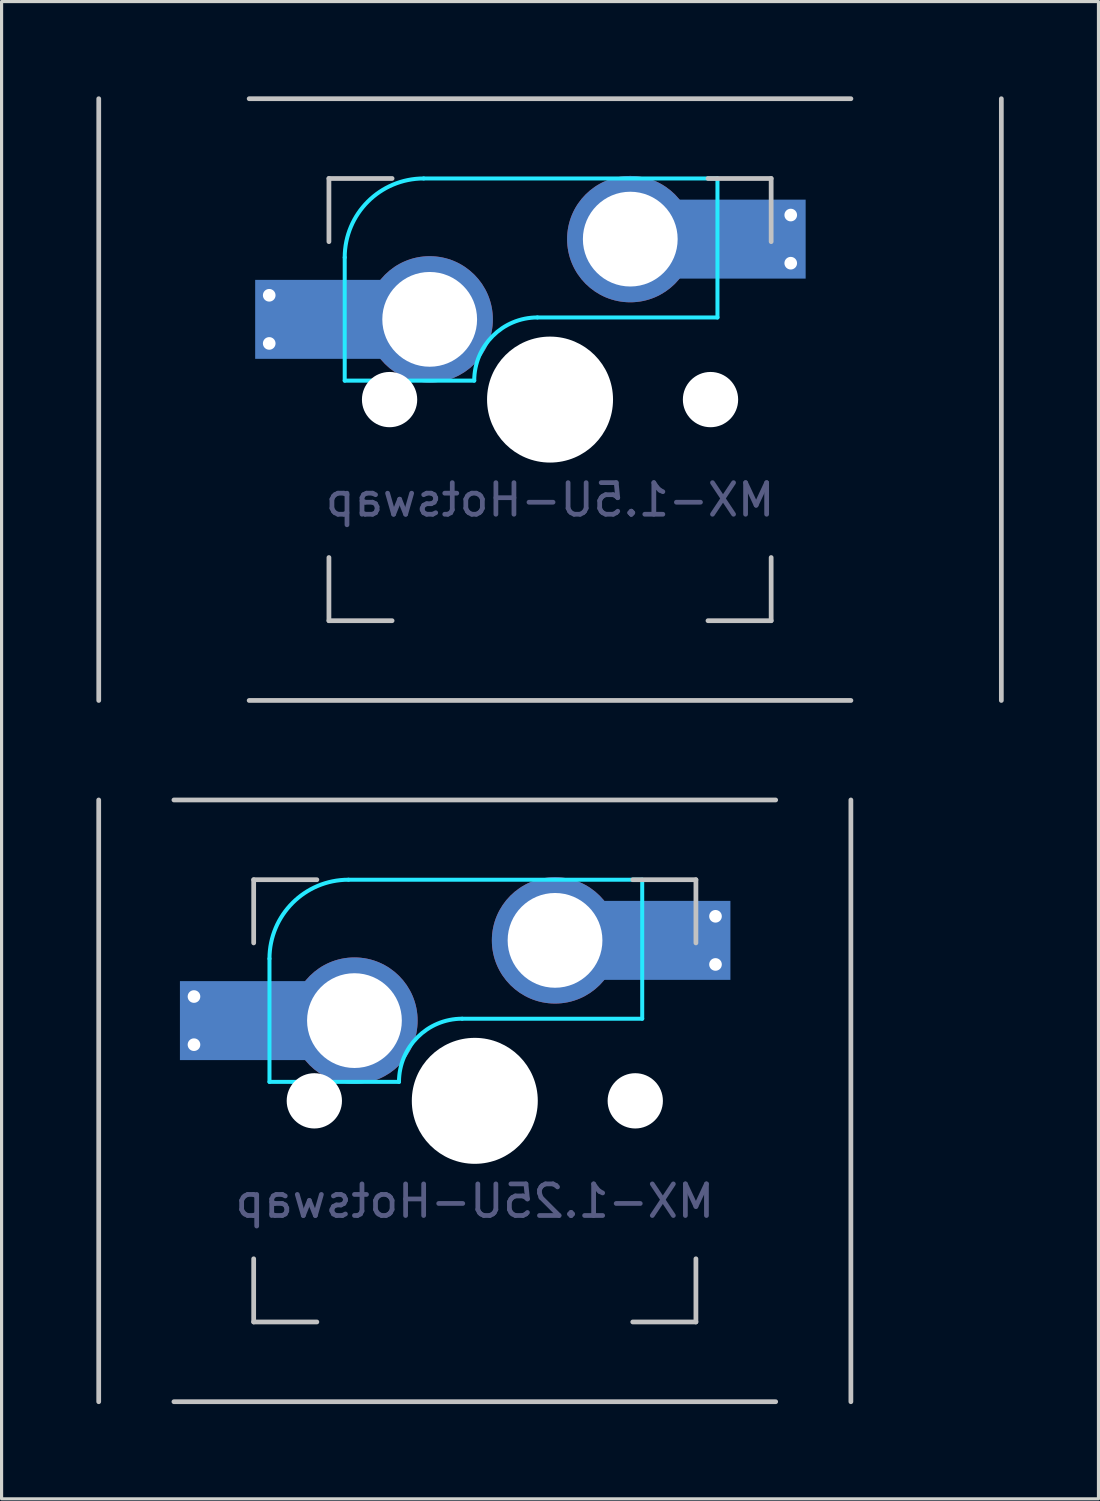
<source format=kicad_pcb>
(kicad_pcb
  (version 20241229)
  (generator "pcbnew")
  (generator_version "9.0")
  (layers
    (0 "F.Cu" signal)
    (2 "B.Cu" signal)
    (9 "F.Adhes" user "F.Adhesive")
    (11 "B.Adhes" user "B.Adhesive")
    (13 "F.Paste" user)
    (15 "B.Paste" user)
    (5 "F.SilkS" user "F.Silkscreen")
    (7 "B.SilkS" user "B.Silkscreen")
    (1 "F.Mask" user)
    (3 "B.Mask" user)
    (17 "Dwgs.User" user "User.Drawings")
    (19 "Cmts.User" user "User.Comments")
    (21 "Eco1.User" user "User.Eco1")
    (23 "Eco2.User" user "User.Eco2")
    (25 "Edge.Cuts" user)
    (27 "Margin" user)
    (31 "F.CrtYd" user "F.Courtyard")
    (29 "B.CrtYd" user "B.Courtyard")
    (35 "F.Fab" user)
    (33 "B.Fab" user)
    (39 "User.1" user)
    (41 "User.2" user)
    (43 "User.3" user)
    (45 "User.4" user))
  (footprint "MX-1.25U-Hotswap"
    (layer "F.Cu")
    (at 11.981 31.8)
    (property "Reference" "MX-1.25U-Hotswap" (at 0 3.175 0) (layer "B.Fab") (effects (font (size 1 1) (thickness 0.15)) (justify mirror)))
    (attr through_hole)
    (fp_line (start -11.906 9.525) (end -11.906 -9.525) (stroke (width 0.15) (type solid)) (layer "Dwgs.User"))
    (fp_line (start -9.525 -9.525) (end 9.525 -9.525) (stroke (width 0.15) (type solid)) (layer "Dwgs.User"))
    (fp_line (start -7 -7) (end -7 -5) (stroke (width 0.15) (type solid)) (layer "Dwgs.User"))
    (fp_line (start -7 5) (end -7 7) (stroke (width 0.15) (type solid)) (layer "Dwgs.User"))
    (fp_line (start -7 7) (end -5 7) (stroke (width 0.15) (type solid)) (layer "Dwgs.User"))
    (fp_line (start -5 -7) (end -7 -7) (stroke (width 0.15) (type solid)) (layer "Dwgs.User"))
    (fp_line (start 5 -7) (end 7 -7) (stroke (width 0.15) (type solid)) (layer "Dwgs.User"))
    (fp_line (start 5 7) (end 7 7) (stroke (width 0.15) (type solid)) (layer "Dwgs.User"))
    (fp_line (start 7 -7) (end 7 -5) (stroke (width 0.15) (type solid)) (layer "Dwgs.User"))
    (fp_line (start 7 7) (end 7 5) (stroke (width 0.15) (type solid)) (layer "Dwgs.User"))
    (fp_line (start 9.525 9.525) (end -9.525 9.525) (stroke (width 0.15) (type solid)) (layer "Dwgs.User"))
    (fp_line (start 11.906 -9.525) (end 11.906 9.525) (stroke (width 0.15) (type solid)) (layer "Dwgs.User"))
    (fp_line (start -6.5 -4.5) (end -6.5 -0.6) (stroke (width 0.127) (type solid)) (layer "B.CrtYd"))
    (fp_line (start -6.5 -0.6) (end -2.4 -0.6) (stroke (width 0.127) (type solid)) (layer "B.CrtYd"))
    (fp_line (start -0.4 -2.6) (end 5.3 -2.6) (stroke (width 0.127) (type solid)) (layer "B.CrtYd"))
    (fp_line (start 5.3 -7) (end -4 -7) (stroke (width 0.127) (type solid)) (layer "B.CrtYd"))
    (fp_line (start 5.3 -7) (end 5.3 -2.6) (stroke (width 0.127) (type solid)) (layer "B.CrtYd"))
    (fp_arc (start -6.5 -4.5) (mid -5.767767 -6.267767) (end -4 -7) (stroke (width 0.127) (type solid)) (layer "B.CrtYd"))
    (fp_arc (start -2.4 -0.6) (mid -1.814214 -2.014214) (end -0.4 -2.6) (stroke (width 0.127) (type solid)) (layer "B.CrtYd"))
    (fp_poly (pts (xy 8.334 -8.334) (xy 4.763 -8.334) (xy 3.572 -9.525) (xy -3.572 -9.525) (xy -4.763 -8.334) (xy -7.144 -8.334) (xy -8.334 -5.953) (xy -9.525 -5.953) (xy -10.716 -4.763) (xy -10.716 0) (xy -9.525 1.191) (xy -8.334 1.191) (xy -7.144 2.381) (xy -7.144 7.144) (xy 7.144 7.144) (xy 7.144 -1.191) (xy 8.334 -1.191) (xy 9.525 -2.381) (xy 9.525 -7.144)) (stroke (width 0.12) (type dash_dot_dot)) (fill no) (layer "User.2"))
    (fp_poly (pts (xy -9.525 -5.953) (xy -10.716 -4.763) (xy -10.716 0) (xy -9.525 1.191) (xy -8.334 1.191) (xy -7.144 2.381) (xy -7.144 7.144) (xy 7.144 7.144) (xy 7.144 2.381) (xy 8.334 1.191) (xy 9.525 1.191) (xy 10.716 0) (xy 10.716 -4.763) (xy 9.525 -5.953) (xy 9.525 -7.144) (xy 8.334 -8.334) (xy 4.763 -8.334) (xy 3.572 -9.525) (xy -3.572 -9.525) (xy -4.763 -8.334) (xy -8.334 -8.334) (xy -9.525 -7.144)) (stroke (width 0.12) (type dot)) (fill no) (layer "User.2"))
    (pad "" smd rect (at -7.085 -2.54) (size 2.55 2.5) (layers "B.Mask" "B.Paste"))
    (pad "" np_thru_hole circle (at -5.08 0 48.1) (size 1.75 1.75) (drill 1.75) (layers "*.Cu" "*.Mask"))
    (pad "" np_thru_hole circle (at 0 0) (size 3.988 3.988) (drill 3.988) (layers "*.Cu" "*.Mask"))
    (pad "" np_thru_hole circle (at 5.08 0 48.1) (size 1.75 1.75) (drill 1.75) (layers "*.Cu" "*.Mask"))
    (pad "" smd rect (at 5.815 -5.08) (size 2.55 2.5) (layers "B.Mask" "B.Paste"))
    (pad "1" thru_hole circle (at -8.89 -3.302) (size 0.8 0.8) (drill 0.4) (layers "*.Cu"))
    (pad "1" thru_hole circle (at -8.89 -1.778) (size 0.8 0.8) (drill 0.4) (layers "*.Cu"))
    (pad "1" smd rect (at -7.085 -2.54) (size 4.5 2.5) (layers "B.Cu"))
    (pad "1" thru_hole circle (at -3.81 -2.54) (size 4 4) (drill 3) (layers "*.Cu"))
    (pad "2" thru_hole circle (at 2.54 -5.08) (size 4 4) (drill 3) (layers "*.Cu"))
    (pad "2" smd rect (at 5.842 -5.08) (size 4.5 2.5) (layers "B.Cu"))
    (pad "2" thru_hole circle (at 7.62 -5.842) (size 0.8 0.8) (drill 0.4) (layers "*.Cu"))
    (pad "2" thru_hole circle (at 7.62 -4.318) (size 0.8 0.8) (drill 0.4) (layers "*.Cu")))
  (footprint "MX-1.5U-Hotswap"
    (layer "F.Cu")
    (at 14.363 9.6)
    (property "Reference" "MX-1.5U-Hotswap" (at 0 3.175 0) (layer "B.Fab") (effects (font (size 1 1) (thickness 0.15)) (justify mirror)))
    (attr through_hole)
    (fp_line (start -14.287 9.525) (end -14.287 -9.525) (stroke (width 0.15) (type solid)) (layer "Dwgs.User"))
    (fp_line (start -9.525 -9.525) (end 9.525 -9.525) (stroke (width 0.15) (type solid)) (layer "Dwgs.User"))
    (fp_line (start -7 -7) (end -7 -5) (stroke (width 0.15) (type solid)) (layer "Dwgs.User"))
    (fp_line (start -7 5) (end -7 7) (stroke (width 0.15) (type solid)) (layer "Dwgs.User"))
    (fp_line (start -7 7) (end -5 7) (stroke (width 0.15) (type solid)) (layer "Dwgs.User"))
    (fp_line (start -5 -7) (end -7 -7) (stroke (width 0.15) (type solid)) (layer "Dwgs.User"))
    (fp_line (start 5 -7) (end 7 -7) (stroke (width 0.15) (type solid)) (layer "Dwgs.User"))
    (fp_line (start 5 7) (end 7 7) (stroke (width 0.15) (type solid)) (layer "Dwgs.User"))
    (fp_line (start 7 -7) (end 7 -5) (stroke (width 0.15) (type solid)) (layer "Dwgs.User"))
    (fp_line (start 7 7) (end 7 5) (stroke (width 0.15) (type solid)) (layer "Dwgs.User"))
    (fp_line (start 9.525 9.525) (end -9.525 9.525) (stroke (width 0.15) (type solid)) (layer "Dwgs.User"))
    (fp_line (start 14.287 -9.525) (end 14.287 9.525) (stroke (width 0.15) (type solid)) (layer "Dwgs.User"))
    (fp_line (start -6.5 -4.5) (end -6.5 -0.6) (stroke (width 0.127) (type solid)) (layer "B.CrtYd"))
    (fp_line (start -6.5 -0.6) (end -2.4 -0.6) (stroke (width 0.127) (type solid)) (layer "B.CrtYd"))
    (fp_line (start -0.4 -2.6) (end 5.3 -2.6) (stroke (width 0.127) (type solid)) (layer "B.CrtYd"))
    (fp_line (start 5.3 -7) (end -4 -7) (stroke (width 0.127) (type solid)) (layer "B.CrtYd"))
    (fp_line (start 5.3 -7) (end 5.3 -2.6) (stroke (width 0.127) (type solid)) (layer "B.CrtYd"))
    (fp_arc (start -6.5 -4.5) (mid -5.767767 -6.267767) (end -4 -7) (stroke (width 0.127) (type solid)) (layer "B.CrtYd"))
    (fp_arc (start -2.4 -0.6) (mid -1.814214 -2.014214) (end -0.4 -2.6) (stroke (width 0.127) (type solid)) (layer "B.CrtYd"))
    (fp_poly (pts (xy 8.334 -8.334) (xy 4.763 -8.334) (xy 3.572 -9.525) (xy -3.572 -9.525) (xy -4.763 -8.334) (xy -7.144 -8.334) (xy -8.334 -5.953) (xy -9.525 -5.953) (xy -10.716 -4.763) (xy -10.716 0) (xy -9.525 1.191) (xy -8.334 1.191) (xy -7.144 2.381) (xy -7.144 7.144) (xy 7.144 7.144) (xy 7.144 -1.191) (xy 8.334 -1.191) (xy 9.525 -2.381) (xy 9.525 -7.144)) (stroke (width 0.12) (type dash_dot_dot)) (fill no) (layer "User.2"))
    (fp_poly (pts (xy -9.525 -5.953) (xy -10.716 -4.763) (xy -10.716 0) (xy -9.525 1.191) (xy -8.334 1.191) (xy -7.144 2.381) (xy -7.144 7.144) (xy 7.144 7.144) (xy 7.144 2.381) (xy 8.334 1.191) (xy 9.525 1.191) (xy 10.716 0) (xy 10.716 -4.763) (xy 9.525 -5.953) (xy 9.525 -7.144) (xy 8.334 -8.334) (xy 4.763 -8.334) (xy 3.572 -9.525) (xy -3.572 -9.525) (xy -4.763 -8.334) (xy -8.334 -8.334) (xy -9.525 -7.144)) (stroke (width 0.12) (type dot)) (fill no) (layer "User.2"))
    (pad "" smd rect (at -7.085 -2.54) (size 2.55 2.5) (layers "B.Mask" "B.Paste"))
    (pad "" np_thru_hole circle (at -5.08 0 48.1) (size 1.75 1.75) (drill 1.75) (layers "*.Cu" "*.Mask"))
    (pad "" np_thru_hole circle (at 0 0) (size 3.988 3.988) (drill 3.988) (layers "*.Cu" "*.Mask"))
    (pad "" np_thru_hole circle (at 5.08 0 48.1) (size 1.75 1.75) (drill 1.75) (layers "*.Cu" "*.Mask"))
    (pad "" smd rect (at 5.815 -5.08) (size 2.55 2.5) (layers "B.Mask" "B.Paste"))
    (pad "1" thru_hole circle (at -8.89 -3.302) (size 0.8 0.8) (drill 0.4) (layers "*.Cu"))
    (pad "1" thru_hole circle (at -8.89 -1.778) (size 0.8 0.8) (drill 0.4) (layers "*.Cu"))
    (pad "1" smd rect (at -7.085 -2.54) (size 4.5 2.5) (layers "B.Cu"))
    (pad "1" thru_hole circle (at -3.81 -2.54) (size 4 4) (drill 3) (layers "*.Cu"))
    (pad "2" thru_hole circle (at 2.54 -5.08) (size 4 4) (drill 3) (layers "*.Cu"))
    (pad "2" smd rect (at 5.842 -5.08) (size 4.5 2.5) (layers "B.Cu"))
    (pad "2" thru_hole circle (at 7.62 -5.842) (size 0.8 0.8) (drill 0.4) (layers "*.Cu"))
    (pad "2" thru_hole circle (at 7.62 -4.318) (size 0.8 0.8) (drill 0.4) (layers "*.Cu")))
  (gr_rect
    (start -3 -3)
    (end 31.725 44.4)
    (stroke (width 0.1) (type default))
    (fill no)
    (layer "Edge.Cuts")))
</source>
